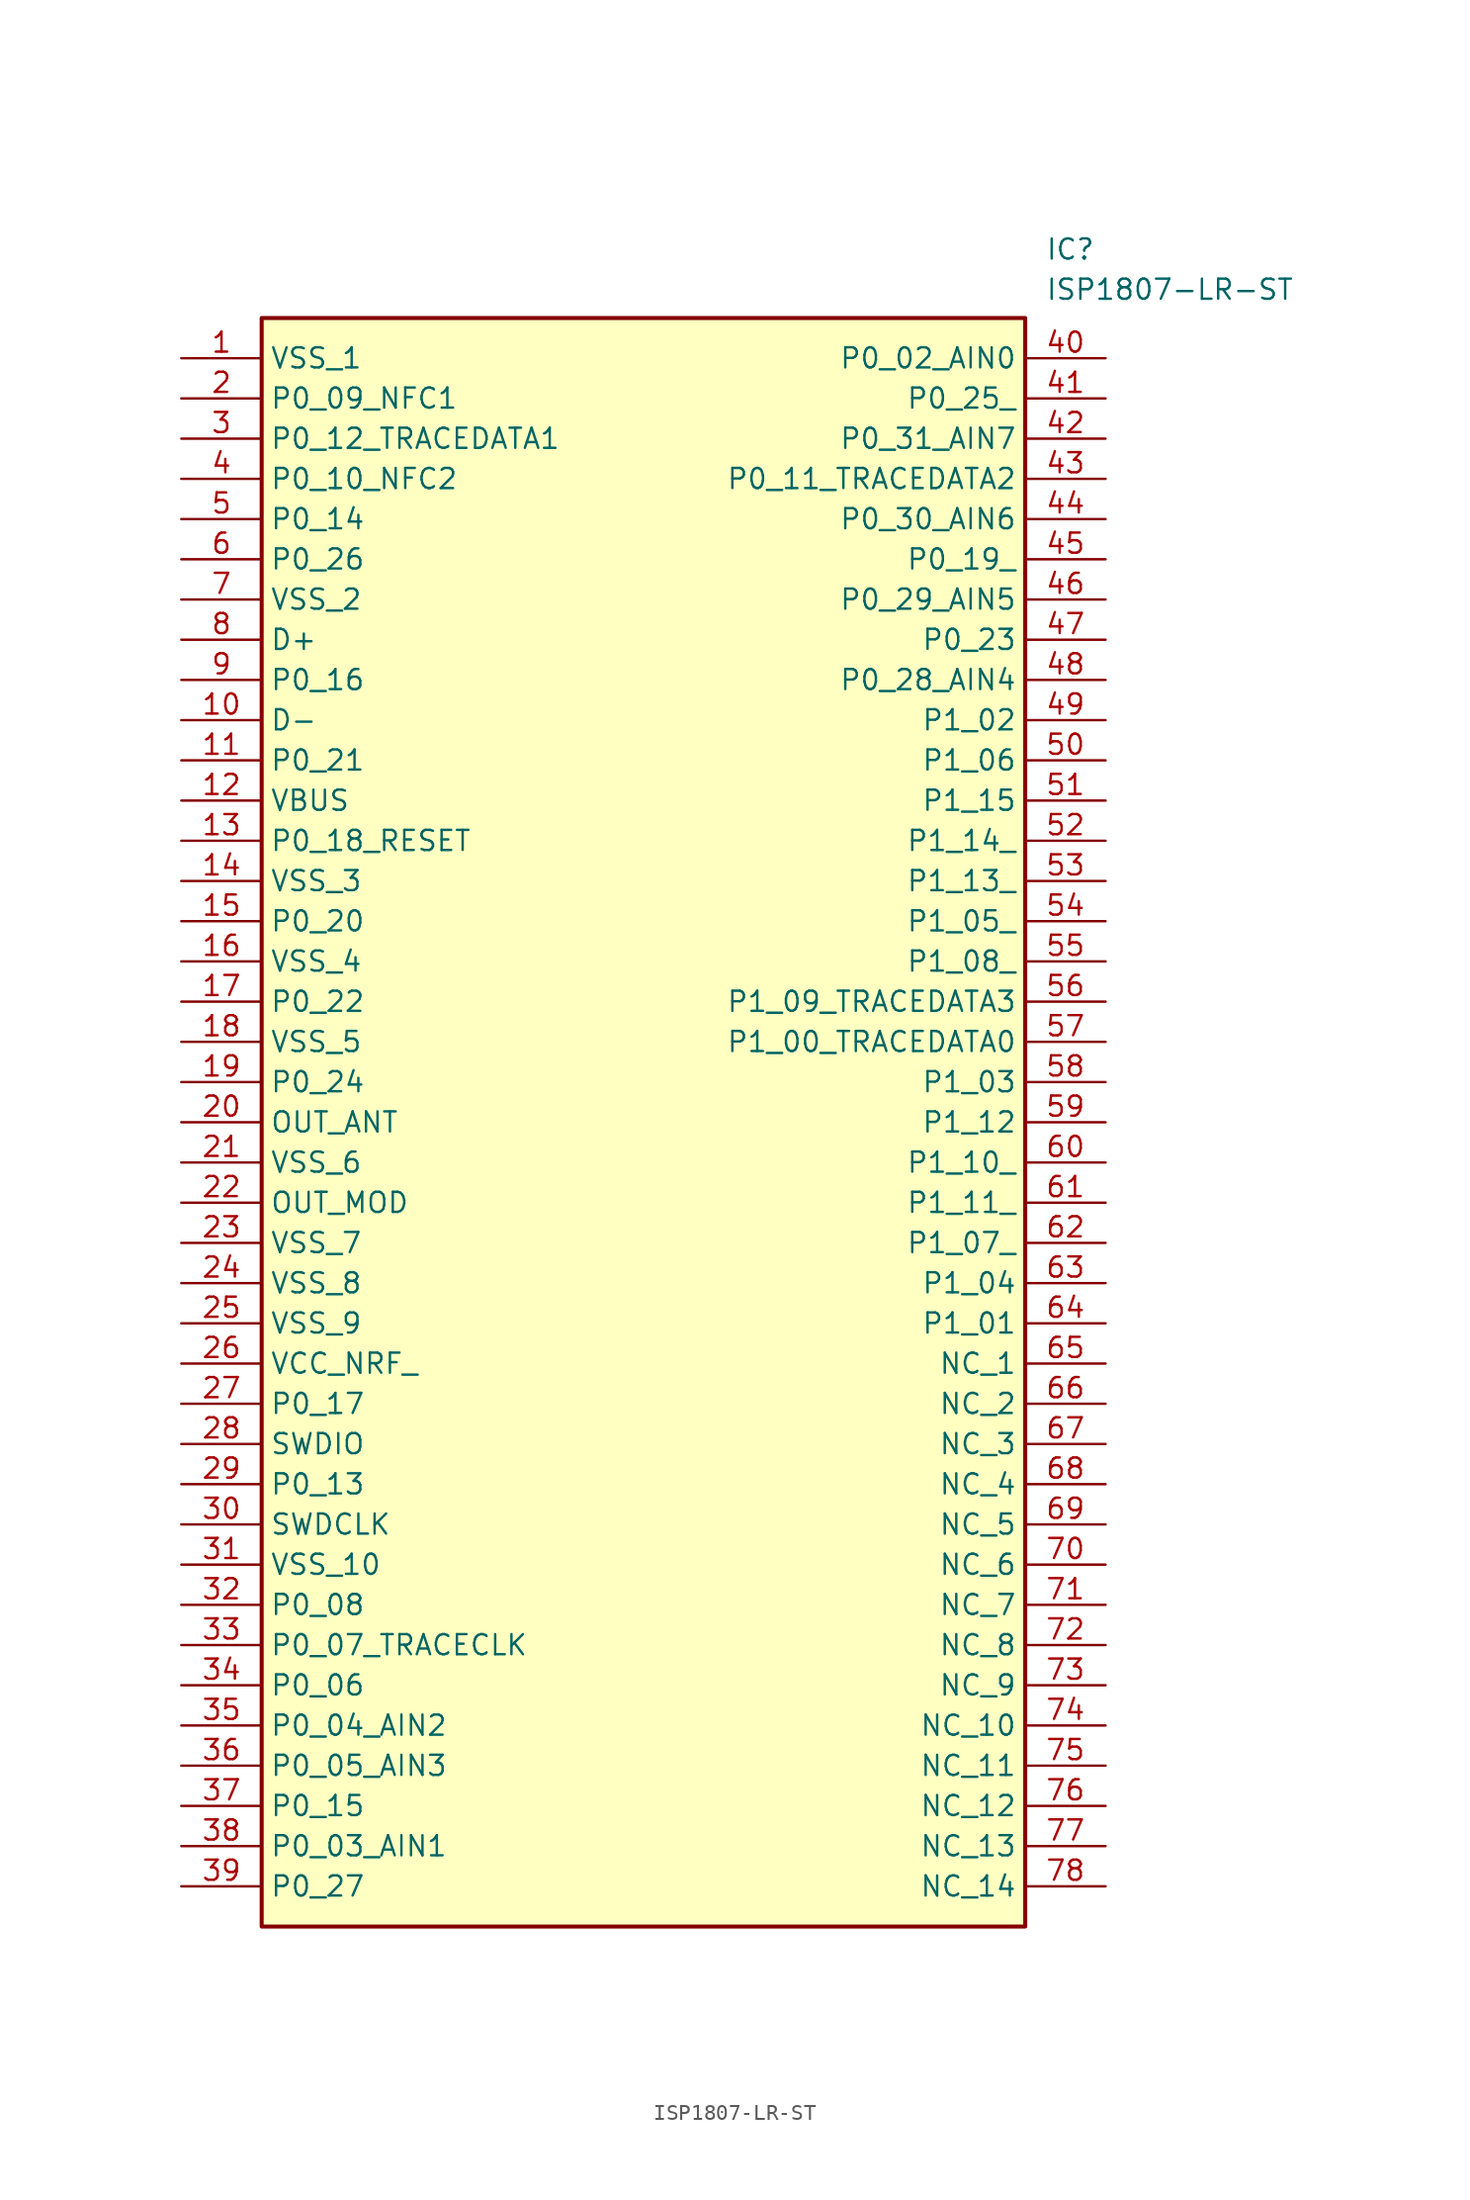
<source format=kicad_sym>
(kicad_symbol_lib
  (version 20211014)
  (generator SamacSys_ECAD_Model)
  (symbol "ISP1807-LR-ST"
    (property "Reference" "IC"
      (at 54.61 7.62 0)
      (effects (font (size 1.27 1.27)) (justify left top)))
    (property "Value" "ISP1807-LR-ST"
      (at 54.61 5.08 0)
      (effects (font (size 1.27 1.27)) (justify left top)))
    (rectangle
      (start 5.08 2.54)
      (end 53.34 -99.06)
      (stroke (width 0.254) (type default))
      (fill (type background)))
    (pin passive line
      (at 0 0 0)
      (length 5.08)
      (name "VSS_1" (effects (font (size 1.27 1.27))))
      (number "1" (effects (font (size 1.27 1.27)))))
    (pin passive line
      (at 0 -2.54 0)
      (length 5.08)
      (name "P0_09_NFC1" (effects (font (size 1.27 1.27))))
      (number "2" (effects (font (size 1.27 1.27)))))
    (pin passive line
      (at 0 -5.08 0)
      (length 5.08)
      (name "P0_12_TRACEDATA1" (effects (font (size 1.27 1.27))))
      (number "3" (effects (font (size 1.27 1.27)))))
    (pin passive line
      (at 0 -7.62 0)
      (length 5.08)
      (name "P0_10_NFC2" (effects (font (size 1.27 1.27))))
      (number "4" (effects (font (size 1.27 1.27)))))
    (pin passive line
      (at 0 -10.16 0)
      (length 5.08)
      (name "P0_14" (effects (font (size 1.27 1.27))))
      (number "5" (effects (font (size 1.27 1.27)))))
    (pin passive line
      (at 0 -12.7 0)
      (length 5.08)
      (name "P0_26" (effects (font (size 1.27 1.27))))
      (number "6" (effects (font (size 1.27 1.27)))))
    (pin passive line
      (at 0 -15.24 0)
      (length 5.08)
      (name "VSS_2" (effects (font (size 1.27 1.27))))
      (number "7" (effects (font (size 1.27 1.27)))))
    (pin passive line
      (at 0 -17.78 0)
      (length 5.08)
      (name "D+" (effects (font (size 1.27 1.27))))
      (number "8" (effects (font (size 1.27 1.27)))))
    (pin passive line
      (at 0 -20.32 0)
      (length 5.08)
      (name "P0_16" (effects (font (size 1.27 1.27))))
      (number "9" (effects (font (size 1.27 1.27)))))
    (pin passive line
      (at 0 -22.86 0)
      (length 5.08)
      (name "D-" (effects (font (size 1.27 1.27))))
      (number "10" (effects (font (size 1.27 1.27)))))
    (pin passive line
      (at 0 -25.4 0)
      (length 5.08)
      (name "P0_21" (effects (font (size 1.27 1.27))))
      (number "11" (effects (font (size 1.27 1.27)))))
    (pin passive line
      (at 0 -27.94 0)
      (length 5.08)
      (name "VBUS" (effects (font (size 1.27 1.27))))
      (number "12" (effects (font (size 1.27 1.27)))))
    (pin passive line
      (at 0 -30.48 0)
      (length 5.08)
      (name "P0_18_RESET" (effects (font (size 1.27 1.27))))
      (number "13" (effects (font (size 1.27 1.27)))))
    (pin passive line
      (at 0 -33.02 0)
      (length 5.08)
      (name "VSS_3" (effects (font (size 1.27 1.27))))
      (number "14" (effects (font (size 1.27 1.27)))))
    (pin passive line
      (at 0 -35.56 0)
      (length 5.08)
      (name "P0_20" (effects (font (size 1.27 1.27))))
      (number "15" (effects (font (size 1.27 1.27)))))
    (pin passive line
      (at 0 -38.1 0)
      (length 5.08)
      (name "VSS_4" (effects (font (size 1.27 1.27))))
      (number "16" (effects (font (size 1.27 1.27)))))
    (pin passive line
      (at 0 -40.64 0)
      (length 5.08)
      (name "P0_22" (effects (font (size 1.27 1.27))))
      (number "17" (effects (font (size 1.27 1.27)))))
    (pin passive line
      (at 0 -43.18 0)
      (length 5.08)
      (name "VSS_5" (effects (font (size 1.27 1.27))))
      (number "18" (effects (font (size 1.27 1.27)))))
    (pin passive line
      (at 0 -45.72 0)
      (length 5.08)
      (name "P0_24" (effects (font (size 1.27 1.27))))
      (number "19" (effects (font (size 1.27 1.27)))))
    (pin passive line
      (at 0 -48.26 0)
      (length 5.08)
      (name "OUT_ANT" (effects (font (size 1.27 1.27))))
      (number "20" (effects (font (size 1.27 1.27)))))
    (pin passive line
      (at 0 -50.8 0)
      (length 5.08)
      (name "VSS_6" (effects (font (size 1.27 1.27))))
      (number "21" (effects (font (size 1.27 1.27)))))
    (pin passive line
      (at 0 -53.34 0)
      (length 5.08)
      (name "OUT_MOD" (effects (font (size 1.27 1.27))))
      (number "22" (effects (font (size 1.27 1.27)))))
    (pin passive line
      (at 0 -55.88 0)
      (length 5.08)
      (name "VSS_7" (effects (font (size 1.27 1.27))))
      (number "23" (effects (font (size 1.27 1.27)))))
    (pin passive line
      (at 0 -58.42 0)
      (length 5.08)
      (name "VSS_8" (effects (font (size 1.27 1.27))))
      (number "24" (effects (font (size 1.27 1.27)))))
    (pin passive line
      (at 0 -60.96 0)
      (length 5.08)
      (name "VSS_9" (effects (font (size 1.27 1.27))))
      (number "25" (effects (font (size 1.27 1.27)))))
    (pin passive line
      (at 0 -63.5 0)
      (length 5.08)
      (name "VCC_NRF_" (effects (font (size 1.27 1.27))))
      (number "26" (effects (font (size 1.27 1.27)))))
    (pin passive line
      (at 0 -66.04 0)
      (length 5.08)
      (name "P0_17" (effects (font (size 1.27 1.27))))
      (number "27" (effects (font (size 1.27 1.27)))))
    (pin passive line
      (at 0 -68.58 0)
      (length 5.08)
      (name "SWDIO" (effects (font (size 1.27 1.27))))
      (number "28" (effects (font (size 1.27 1.27)))))
    (pin passive line
      (at 0 -71.12 0)
      (length 5.08)
      (name "P0_13" (effects (font (size 1.27 1.27))))
      (number "29" (effects (font (size 1.27 1.27)))))
    (pin passive line
      (at 0 -73.66 0)
      (length 5.08)
      (name "SWDCLK" (effects (font (size 1.27 1.27))))
      (number "30" (effects (font (size 1.27 1.27)))))
    (pin passive line
      (at 0 -76.2 0)
      (length 5.08)
      (name "VSS_10" (effects (font (size 1.27 1.27))))
      (number "31" (effects (font (size 1.27 1.27)))))
    (pin passive line
      (at 0 -78.74 0)
      (length 5.08)
      (name "P0_08" (effects (font (size 1.27 1.27))))
      (number "32" (effects (font (size 1.27 1.27)))))
    (pin passive line
      (at 0 -81.28 0)
      (length 5.08)
      (name "P0_07_TRACECLK" (effects (font (size 1.27 1.27))))
      (number "33" (effects (font (size 1.27 1.27)))))
    (pin passive line
      (at 0 -83.82 0)
      (length 5.08)
      (name "P0_06" (effects (font (size 1.27 1.27))))
      (number "34" (effects (font (size 1.27 1.27)))))
    (pin passive line
      (at 0 -86.36 0)
      (length 5.08)
      (name "P0_04_AIN2" (effects (font (size 1.27 1.27))))
      (number "35" (effects (font (size 1.27 1.27)))))
    (pin passive line
      (at 0 -88.9 0)
      (length 5.08)
      (name "P0_05_AIN3" (effects (font (size 1.27 1.27))))
      (number "36" (effects (font (size 1.27 1.27)))))
    (pin passive line
      (at 0 -91.44 0)
      (length 5.08)
      (name "P0_15" (effects (font (size 1.27 1.27))))
      (number "37" (effects (font (size 1.27 1.27)))))
    (pin passive line
      (at 0 -93.98 0)
      (length 5.08)
      (name "P0_03_AIN1" (effects (font (size 1.27 1.27))))
      (number "38" (effects (font (size 1.27 1.27)))))
    (pin passive line
      (at 0 -96.52 0)
      (length 5.08)
      (name "P0_27" (effects (font (size 1.27 1.27))))
      (number "39" (effects (font (size 1.27 1.27)))))
    (pin passive line
      (at 58.42 0 180)
      (length 5.08)
      (name "P0_02_AIN0" (effects (font (size 1.27 1.27))))
      (number "40" (effects (font (size 1.27 1.27)))))
    (pin passive line
      (at 58.42 -2.54 180)
      (length 5.08)
      (name "P0_25_" (effects (font (size 1.27 1.27))))
      (number "41" (effects (font (size 1.27 1.27)))))
    (pin passive line
      (at 58.42 -5.08 180)
      (length 5.08)
      (name "P0_31_AIN7" (effects (font (size 1.27 1.27))))
      (number "42" (effects (font (size 1.27 1.27)))))
    (pin passive line
      (at 58.42 -7.62 180)
      (length 5.08)
      (name "P0_11_TRACEDATA2" (effects (font (size 1.27 1.27))))
      (number "43" (effects (font (size 1.27 1.27)))))
    (pin passive line
      (at 58.42 -10.16 180)
      (length 5.08)
      (name "P0_30_AIN6" (effects (font (size 1.27 1.27))))
      (number "44" (effects (font (size 1.27 1.27)))))
    (pin passive line
      (at 58.42 -12.7 180)
      (length 5.08)
      (name "P0_19_" (effects (font (size 1.27 1.27))))
      (number "45" (effects (font (size 1.27 1.27)))))
    (pin passive line
      (at 58.42 -15.24 180)
      (length 5.08)
      (name "P0_29_AIN5" (effects (font (size 1.27 1.27))))
      (number "46" (effects (font (size 1.27 1.27)))))
    (pin passive line
      (at 58.42 -17.78 180)
      (length 5.08)
      (name "P0_23" (effects (font (size 1.27 1.27))))
      (number "47" (effects (font (size 1.27 1.27)))))
    (pin passive line
      (at 58.42 -20.32 180)
      (length 5.08)
      (name "P0_28_AIN4" (effects (font (size 1.27 1.27))))
      (number "48" (effects (font (size 1.27 1.27)))))
    (pin passive line
      (at 58.42 -22.86 180)
      (length 5.08)
      (name "P1_02" (effects (font (size 1.27 1.27))))
      (number "49" (effects (font (size 1.27 1.27)))))
    (pin passive line
      (at 58.42 -25.4 180)
      (length 5.08)
      (name "P1_06" (effects (font (size 1.27 1.27))))
      (number "50" (effects (font (size 1.27 1.27)))))
    (pin passive line
      (at 58.42 -27.94 180)
      (length 5.08)
      (name "P1_15" (effects (font (size 1.27 1.27))))
      (number "51" (effects (font (size 1.27 1.27)))))
    (pin passive line
      (at 58.42 -30.48 180)
      (length 5.08)
      (name "P1_14_" (effects (font (size 1.27 1.27))))
      (number "52" (effects (font (size 1.27 1.27)))))
    (pin passive line
      (at 58.42 -33.02 180)
      (length 5.08)
      (name "P1_13_" (effects (font (size 1.27 1.27))))
      (number "53" (effects (font (size 1.27 1.27)))))
    (pin passive line
      (at 58.42 -35.56 180)
      (length 5.08)
      (name "P1_05_" (effects (font (size 1.27 1.27))))
      (number "54" (effects (font (size 1.27 1.27)))))
    (pin passive line
      (at 58.42 -38.1 180)
      (length 5.08)
      (name "P1_08_" (effects (font (size 1.27 1.27))))
      (number "55" (effects (font (size 1.27 1.27)))))
    (pin passive line
      (at 58.42 -40.64 180)
      (length 5.08)
      (name "P1_09_TRACEDATA3" (effects (font (size 1.27 1.27))))
      (number "56" (effects (font (size 1.27 1.27)))))
    (pin passive line
      (at 58.42 -43.18 180)
      (length 5.08)
      (name "P1_00_TRACEDATA0" (effects (font (size 1.27 1.27))))
      (number "57" (effects (font (size 1.27 1.27)))))
    (pin passive line
      (at 58.42 -45.72 180)
      (length 5.08)
      (name "P1_03" (effects (font (size 1.27 1.27))))
      (number "58" (effects (font (size 1.27 1.27)))))
    (pin passive line
      (at 58.42 -48.26 180)
      (length 5.08)
      (name "P1_12" (effects (font (size 1.27 1.27))))
      (number "59" (effects (font (size 1.27 1.27)))))
    (pin passive line
      (at 58.42 -50.8 180)
      (length 5.08)
      (name "P1_10_" (effects (font (size 1.27 1.27))))
      (number "60" (effects (font (size 1.27 1.27)))))
    (pin passive line
      (at 58.42 -53.34 180)
      (length 5.08)
      (name "P1_11_" (effects (font (size 1.27 1.27))))
      (number "61" (effects (font (size 1.27 1.27)))))
    (pin passive line
      (at 58.42 -55.88 180)
      (length 5.08)
      (name "P1_07_" (effects (font (size 1.27 1.27))))
      (number "62" (effects (font (size 1.27 1.27)))))
    (pin passive line
      (at 58.42 -58.42 180)
      (length 5.08)
      (name "P1_04" (effects (font (size 1.27 1.27))))
      (number "63" (effects (font (size 1.27 1.27)))))
    (pin passive line
      (at 58.42 -60.96 180)
      (length 5.08)
      (name "P1_01" (effects (font (size 1.27 1.27))))
      (number "64" (effects (font (size 1.27 1.27)))))
    (pin passive line
      (at 58.42 -63.5 180)
      (length 5.08)
      (name "NC_1" (effects (font (size 1.27 1.27))))
      (number "65" (effects (font (size 1.27 1.27)))))
    (pin passive line
      (at 58.42 -66.04 180)
      (length 5.08)
      (name "NC_2" (effects (font (size 1.27 1.27))))
      (number "66" (effects (font (size 1.27 1.27)))))
    (pin passive line
      (at 58.42 -68.58 180)
      (length 5.08)
      (name "NC_3" (effects (font (size 1.27 1.27))))
      (number "67" (effects (font (size 1.27 1.27)))))
    (pin passive line
      (at 58.42 -71.12 180)
      (length 5.08)
      (name "NC_4" (effects (font (size 1.27 1.27))))
      (number "68" (effects (font (size 1.27 1.27)))))
    (pin passive line
      (at 58.42 -73.66 180)
      (length 5.08)
      (name "NC_5" (effects (font (size 1.27 1.27))))
      (number "69" (effects (font (size 1.27 1.27)))))
    (pin passive line
      (at 58.42 -76.2 180)
      (length 5.08)
      (name "NC_6" (effects (font (size 1.27 1.27))))
      (number "70" (effects (font (size 1.27 1.27)))))
    (pin passive line
      (at 58.42 -78.74 180)
      (length 5.08)
      (name "NC_7" (effects (font (size 1.27 1.27))))
      (number "71" (effects (font (size 1.27 1.27)))))
    (pin passive line
      (at 58.42 -81.28 180)
      (length 5.08)
      (name "NC_8" (effects (font (size 1.27 1.27))))
      (number "72" (effects (font (size 1.27 1.27)))))
    (pin passive line
      (at 58.42 -83.82 180)
      (length 5.08)
      (name "NC_9" (effects (font (size 1.27 1.27))))
      (number "73" (effects (font (size 1.27 1.27)))))
    (pin passive line
      (at 58.42 -86.36 180)
      (length 5.08)
      (name "NC_10" (effects (font (size 1.27 1.27))))
      (number "74" (effects (font (size 1.27 1.27)))))
    (pin passive line
      (at 58.42 -88.9 180)
      (length 5.08)
      (name "NC_11" (effects (font (size 1.27 1.27))))
      (number "75" (effects (font (size 1.27 1.27)))))
    (pin passive line
      (at 58.42 -91.44 180)
      (length 5.08)
      (name "NC_12" (effects (font (size 1.27 1.27))))
      (number "76" (effects (font (size 1.27 1.27)))))
    (pin passive line
      (at 58.42 -93.98 180)
      (length 5.08)
      (name "NC_13" (effects (font (size 1.27 1.27))))
      (number "77" (effects (font (size 1.27 1.27)))))
    (pin passive line
      (at 58.42 -96.52 180)
      (length 5.08)
      (name "NC_14" (effects (font (size 1.27 1.27))))
      (number "78" (effects (font (size 1.27 1.27)))))))
</source>
